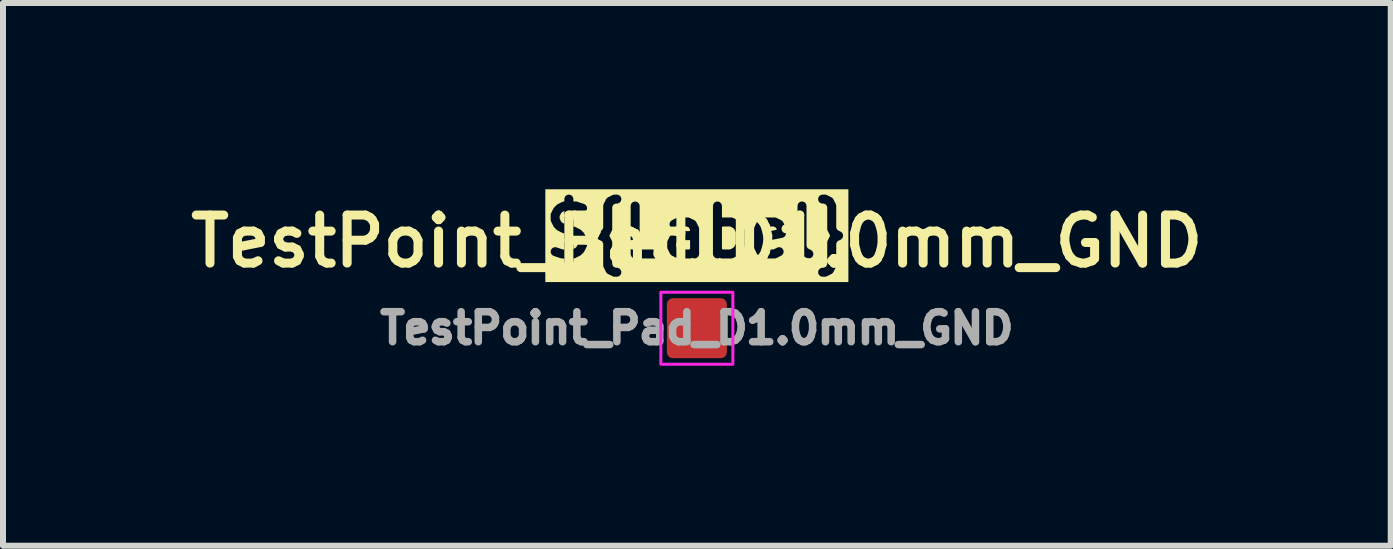
<source format=kicad_pcb>
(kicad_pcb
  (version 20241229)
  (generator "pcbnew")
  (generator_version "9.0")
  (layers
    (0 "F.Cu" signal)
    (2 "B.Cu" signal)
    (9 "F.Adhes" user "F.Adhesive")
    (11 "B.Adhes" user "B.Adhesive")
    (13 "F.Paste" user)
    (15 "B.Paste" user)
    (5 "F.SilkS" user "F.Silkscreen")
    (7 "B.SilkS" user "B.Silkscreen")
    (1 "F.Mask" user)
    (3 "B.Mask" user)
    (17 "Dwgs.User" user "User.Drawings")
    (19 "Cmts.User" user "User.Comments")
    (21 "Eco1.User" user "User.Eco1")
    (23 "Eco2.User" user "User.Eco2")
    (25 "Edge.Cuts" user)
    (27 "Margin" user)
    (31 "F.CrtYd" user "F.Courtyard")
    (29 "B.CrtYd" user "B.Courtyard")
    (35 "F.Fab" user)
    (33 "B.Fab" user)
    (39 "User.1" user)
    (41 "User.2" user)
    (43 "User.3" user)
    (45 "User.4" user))
  (footprint "TestPoint_Pad_D1.0mm_GND"
    (layer "F.Cu")
    (at 8.564 2.42)
    (property "Reference" "TestPoint_Pad_D1.0mm_GND" (at 0 -1.448 0) (layer "F.SilkS") (effects (font (size 0.8 0.8) (thickness 0.15))))
    (attr exclude_from_pos_files exclude_from_bom)
    (fp_rect (start -0.6 -0.6) (end 0.6 0.6) (stroke (width 0.05) (type default)) (fill no) (layer "F.CrtYd"))
    (fp_text user "${Label}" (at 0 -1.6 0) (unlocked yes) (layer "F.SilkS" knockout) (effects (font (size 0.8 0.8) (thickness 0.15))))
    (fp_text user "${REFERENCE}" (at 0 0 0) (layer "F.Fab") (effects (font (size 0.5 0.5) (thickness 0.15))))
    (pad "1" smd roundrect (at 0 0) (size 1 1) (layers "F.Cu" "F.Mask") (roundrect_rratio 0.1)))
  (gr_rect
    (start -3 -3)
    (end 20.128 6.045)
    (stroke (width 0.1) (type default))
    (fill no)
    (layer "Edge.Cuts")))
</source>
